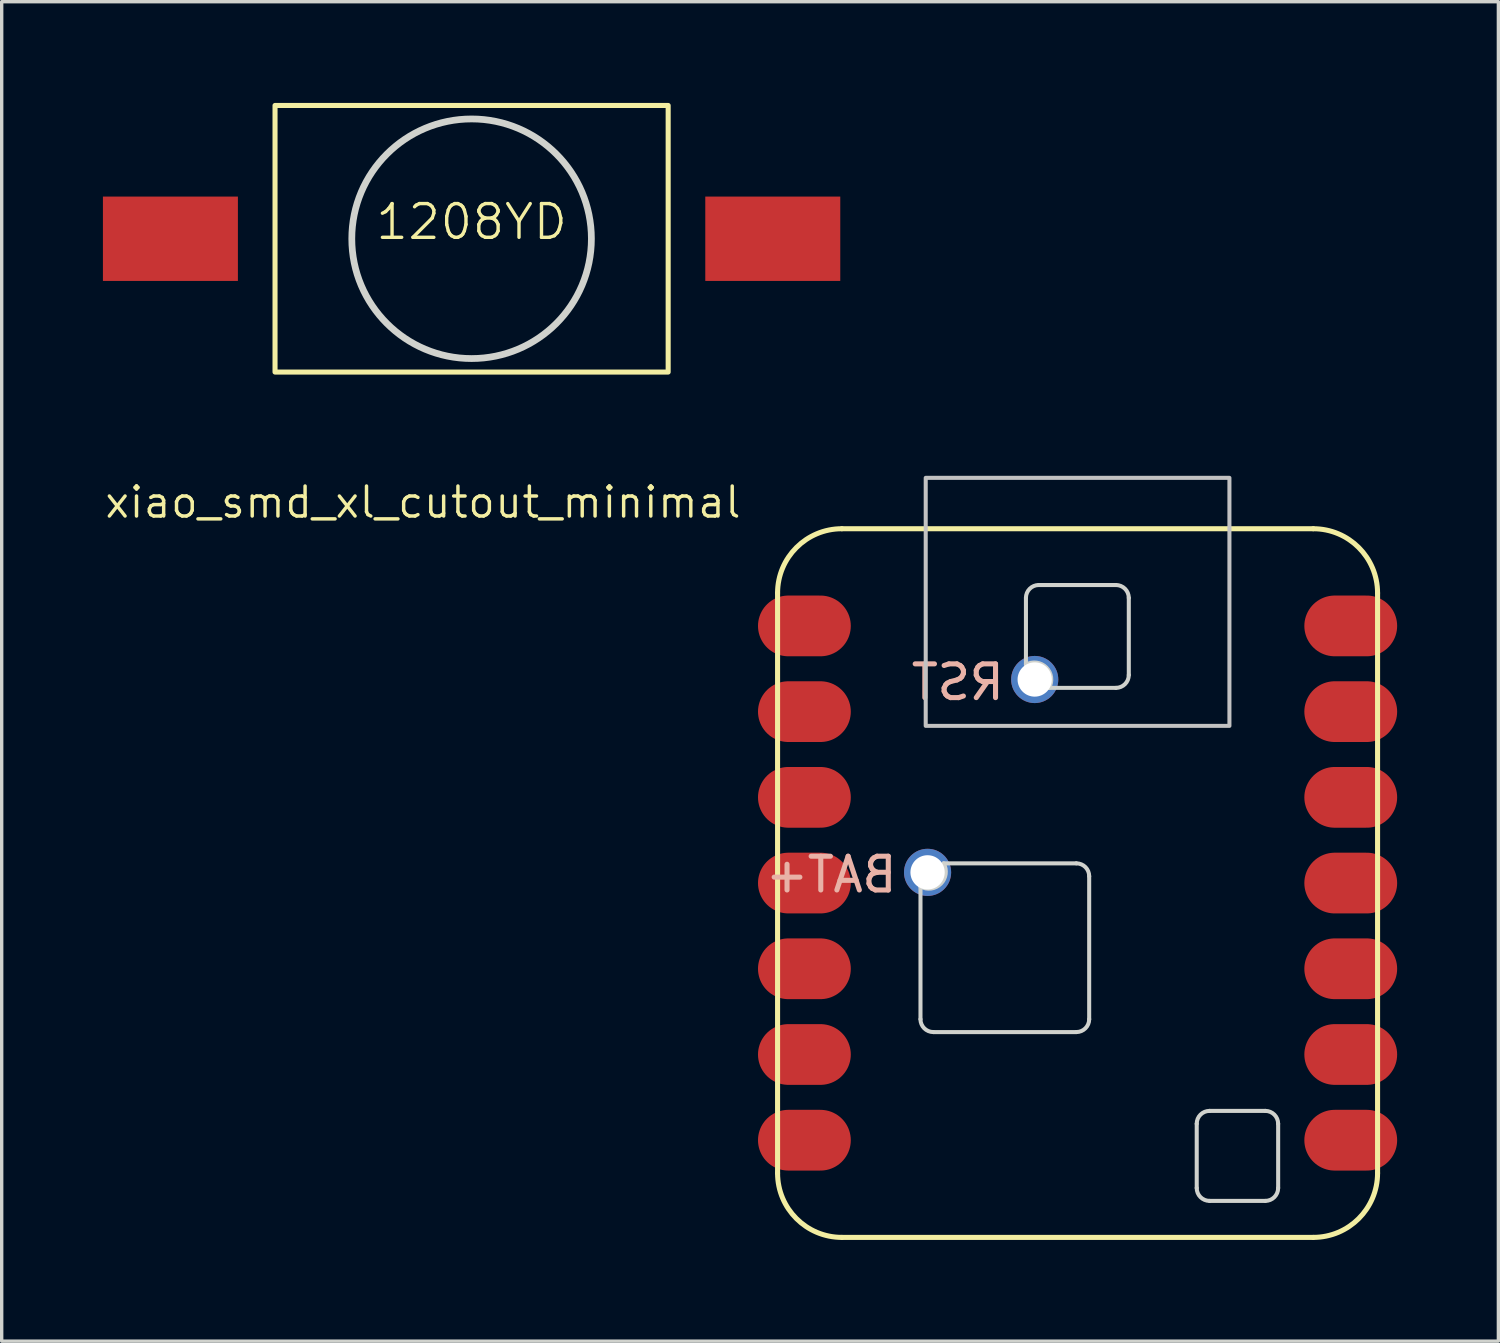
<source format=kicad_pcb>
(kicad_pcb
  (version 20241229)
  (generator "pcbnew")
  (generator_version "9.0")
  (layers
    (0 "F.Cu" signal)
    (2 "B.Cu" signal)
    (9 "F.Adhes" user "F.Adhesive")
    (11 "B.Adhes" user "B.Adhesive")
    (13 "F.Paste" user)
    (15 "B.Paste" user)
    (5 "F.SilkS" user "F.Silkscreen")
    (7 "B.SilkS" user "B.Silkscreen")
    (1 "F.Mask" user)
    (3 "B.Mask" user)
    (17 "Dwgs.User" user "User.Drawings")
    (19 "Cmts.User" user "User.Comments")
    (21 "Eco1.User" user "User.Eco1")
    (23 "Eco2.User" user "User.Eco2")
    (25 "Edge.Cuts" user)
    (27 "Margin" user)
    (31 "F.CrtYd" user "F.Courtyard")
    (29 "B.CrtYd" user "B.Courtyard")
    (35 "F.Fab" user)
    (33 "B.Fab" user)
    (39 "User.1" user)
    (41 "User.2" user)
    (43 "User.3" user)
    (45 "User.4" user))
  (footprint "1208YD"
    (layer "F.Cu")
    (at 10.925 4.025)
    (property "Reference" "1208YD" (at 0 -0.5 0) (unlocked yes) (layer "F.SilkS") (effects (font (size 1 1) (thickness 0.1))))
    (attr smd)
    (fp_rect (start -5.825 -3.95) (end 5.825 3.95) (stroke (width 0.15) (type default)) (fill no) (layer "F.SilkS"))
    (fp_circle (center 0 0) (end 3.55 0) (stroke (width 0.2) (type default)) (fill no) (layer "Edge.Cuts"))
    (pad "1" smd rect (at -8.925 0) (size 4 2.5) (layers "F.Cu" "F.Mask" "F.Paste"))
    (pad "2" smd rect (at 8.925 0) (size 4 2.5) (layers "F.Cu" "F.Mask" "F.Paste")))
  (footprint "xiao_smd_xl_cutout_minimal"
    (layer "F.Cu")
    (at 28.882 23.118)
    (property "Reference" "xiao_smd_xl_cutout_minimal" (at -19.399 -11.283 0) (layer "F.SilkS") (effects (font (size 0.889 0.889) (thickness 0.102))))
    (attr smd exclude_from_pos_files)
    (fp_line (start -8.89 -8.595) (end -8.89 8.595) (stroke (width 0.15) (type default)) (layer "F.SilkS"))
    (fp_line (start -6.985 10.5) (end 6.985 10.5) (stroke (width 0.15) (type default)) (layer "F.SilkS"))
    (fp_line (start 6.985 -10.5) (end -6.985 -10.5) (stroke (width 0.15) (type default)) (layer "F.SilkS"))
    (fp_line (start 8.89 8.595) (end 8.89 -8.595) (stroke (width 0.15) (type default)) (layer "F.SilkS"))
    (fp_arc (start -8.89 -8.595) (mid -8.332038 -9.942038) (end -6.985 -10.5) (stroke (width 0.15) (type default)) (layer "F.SilkS"))
    (fp_arc (start -6.985 10.5) (mid -8.332038 9.942038) (end -8.89 8.595) (stroke (width 0.15) (type default)) (layer "F.SilkS"))
    (fp_arc (start 6.985 -10.5) (mid 8.332038 -9.942038) (end 8.89 -8.595) (stroke (width 0.15) (type default)) (layer "F.SilkS"))
    (fp_arc (start 8.89 8.595) (mid 8.332038 9.942038) (end 6.985 10.5) (stroke (width 0.15) (type default)) (layer "F.SilkS"))
    (fp_rect (start -4.5 -12.008) (end 4.5 -4.658) (stroke (width 0.12) (type default)) (fill no) (layer "Dwgs.User"))
    (fp_line (start -4.655 0.101) (end -4.655 4.035) (stroke (width 0.12) (type solid)) (layer "Edge.Cuts"))
    (fp_line (start -4.274 4.416) (end -0.037 4.416) (stroke (width 0.12) (type solid)) (layer "Edge.Cuts"))
    (fp_line (start -3.97 -0.584) (end -0.037 -0.584) (stroke (width 0.12) (type solid)) (layer "Edge.Cuts"))
    (fp_line (start -1.53 -6.47) (end -1.53 -8.451) (stroke (width 0.12) (type solid)) (layer "Edge.Cuts"))
    (fp_line (start -1.149 -8.832) (end 1.137 -8.832) (stroke (width 0.12) (type solid)) (layer "Edge.Cuts"))
    (fp_line (start -0.844 -5.784) (end 1.137 -5.784) (stroke (width 0.12) (type solid)) (layer "Edge.Cuts"))
    (fp_line (start 0.344 -0.203) (end 0.344 4.035) (stroke (width 0.12) (type solid)) (layer "Edge.Cuts"))
    (fp_line (start 1.518 -6.165) (end 1.518 -8.451) (stroke (width 0.12) (type solid)) (layer "Edge.Cuts"))
    (fp_line (start 3.531 7.132) (end 3.531 9.037) (stroke (width 0.12) (type solid)) (layer "Edge.Cuts"))
    (fp_line (start 3.912 6.751) (end 5.563 6.751) (stroke (width 0.12) (type solid)) (layer "Edge.Cuts"))
    (fp_line (start 3.912 9.418) (end 5.563 9.418) (stroke (width 0.12) (type solid)) (layer "Edge.Cuts"))
    (fp_line (start 5.944 7.132) (end 5.944 9.037) (stroke (width 0.12) (type solid)) (layer "Edge.Cuts"))
    (fp_arc (start -4.274408 4.415592) (mid -4.543816 4.304) (end -4.655408 4.034592) (stroke (width 0.12) (type default)) (layer "Edge.Cuts"))
    (fp_arc (start -3.969608 -0.584408) (mid -4.051799 0.019201) (end -4.655408 0.101392) (stroke (width 0.12) (type solid)) (layer "Edge.Cuts"))
    (fp_arc (start -1.530247 -8.451047) (mid -1.418655 -8.720455) (end -1.149247 -8.832047) (stroke (width 0.12) (type default)) (layer "Edge.Cuts"))
    (fp_arc (start -1.530247 -6.470047) (mid -0.926638 -6.387856) (end -0.844447 -5.784247) (stroke (width 0.12) (type solid)) (layer "Edge.Cuts"))
    (fp_arc (start -0.036608 -0.584408) (mid 0.2328 -0.472816) (end 0.344392 -0.203408) (stroke (width 0.12) (type default)) (layer "Edge.Cuts"))
    (fp_arc (start 0.344392 4.034592) (mid 0.2328 4.304) (end -0.036608 4.415592) (stroke (width 0.12) (type default)) (layer "Edge.Cuts"))
    (fp_arc (start 1.136553 -8.832047) (mid 1.405961 -8.720455) (end 1.517553 -8.451047) (stroke (width 0.12) (type default)) (layer "Edge.Cuts"))
    (fp_arc (start 1.517553 -6.165247) (mid 1.40596 -5.89584) (end 1.136553 -5.784247) (stroke (width 0.12) (type default)) (layer "Edge.Cuts"))
    (fp_arc (start 3.530592 7.132409) (mid 3.642181 6.862993) (end 3.911592 6.751409) (stroke (width 0.12) (type solid)) (layer "Edge.Cuts"))
    (fp_arc (start 3.911592 9.418409) (mid 3.642186 9.306814) (end 3.530592 9.037409) (stroke (width 0.12) (type default)) (layer "Edge.Cuts"))
    (fp_arc (start 5.562592 6.751409) (mid 5.832002 6.862999) (end 5.943592 7.132409) (stroke (width 0.12) (type solid)) (layer "Edge.Cuts"))
    (fp_arc (start 5.943592 9.037409) (mid 5.832 9.306817) (end 5.562592 9.418409) (stroke (width 0.12) (type default)) (layer "Edge.Cuts"))
    (fp_text user "BAT+" (at -7.3 -0.25 0) (unlocked yes) (layer "B.SilkS") (effects (font (size 1 1) (thickness 0.15)) (justify mirror)))
    (fp_text user "RST" (at -3.55 -5.95 0) (unlocked yes) (layer "B.SilkS") (effects (font (size 1 1) (thickness 0.15)) (justify mirror)))
    (pad "1" smd oval (at -7.62 -7.62 180) (size 2.75 1.8) (drill (offset 0.475 0)) (layers "F.Cu" "F.Mask" "F.Paste"))
    (pad "2" smd oval (at -7.62 -5.08 180) (size 2.75 1.8) (drill (offset 0.475 0)) (layers "F.Cu" "F.Mask" "F.Paste"))
    (pad "3" smd oval (at -7.62 -2.54 180) (size 2.75 1.8) (drill (offset 0.475 0)) (layers "F.Cu" "F.Mask" "F.Paste"))
    (pad "4" smd oval (at -7.62 0 180) (size 2.75 1.8) (drill (offset 0.475 0)) (layers "F.Cu" "F.Mask" "F.Paste"))
    (pad "5" smd oval (at -7.62 2.54 180) (size 2.75 1.8) (drill (offset 0.475 0)) (layers "F.Cu" "F.Mask" "F.Paste"))
    (pad "6" smd oval (at -7.62 5.08 180) (size 2.75 1.8) (drill (offset 0.475 0)) (layers "F.Cu" "F.Mask" "F.Paste"))
    (pad "7" smd oval (at -7.62 7.62 180) (size 2.75 1.8) (drill (offset 0.475 0)) (layers "F.Cu" "F.Mask" "F.Paste"))
    (pad "8" smd oval (at 7.62 7.62) (size 2.75 1.8) (drill (offset 0.475 0)) (layers "F.Cu" "F.Mask" "F.Paste"))
    (pad "9" smd oval (at 7.62 5.08) (size 2.75 1.8) (drill (offset 0.475 0)) (layers "F.Cu" "F.Mask" "F.Paste"))
    (pad "10" smd oval (at 7.62 2.54) (size 2.75 1.8) (drill (offset 0.475 0)) (layers "F.Cu" "F.Mask" "F.Paste"))
    (pad "11" smd oval (at 7.62 0) (size 2.75 1.8) (drill (offset 0.475 0)) (layers "F.Cu" "F.Mask" "F.Paste"))
    (pad "12" smd oval (at 7.62 -2.54) (size 2.75 1.8) (drill (offset 0.475 0)) (layers "F.Cu" "F.Mask" "F.Paste"))
    (pad "13" smd oval (at 7.62 -5.08) (size 2.75 1.8) (drill (offset 0.475 0)) (layers "F.Cu" "F.Mask" "F.Paste"))
    (pad "14" smd oval (at 7.62 -7.62) (size 2.75 1.8) (drill (offset 0.475 0)) (layers "F.Cu" "F.Mask" "F.Paste"))
    (pad "17" thru_hole circle (at -1.27 -6.032 90) (size 1.397 1.397) (drill 1.016) (layers "*.Cu" "*.Mask"))
    (pad "19" thru_hole circle (at -4.445 -0.317 180) (size 1.397 1.397) (drill 1.016) (layers "*.Cu" "*.Mask")))
  (gr_rect
    (start -3 -3)
    (end 41.352 36.693)
    (stroke (width 0.1) (type default))
    (fill no)
    (layer "Edge.Cuts")))
</source>
